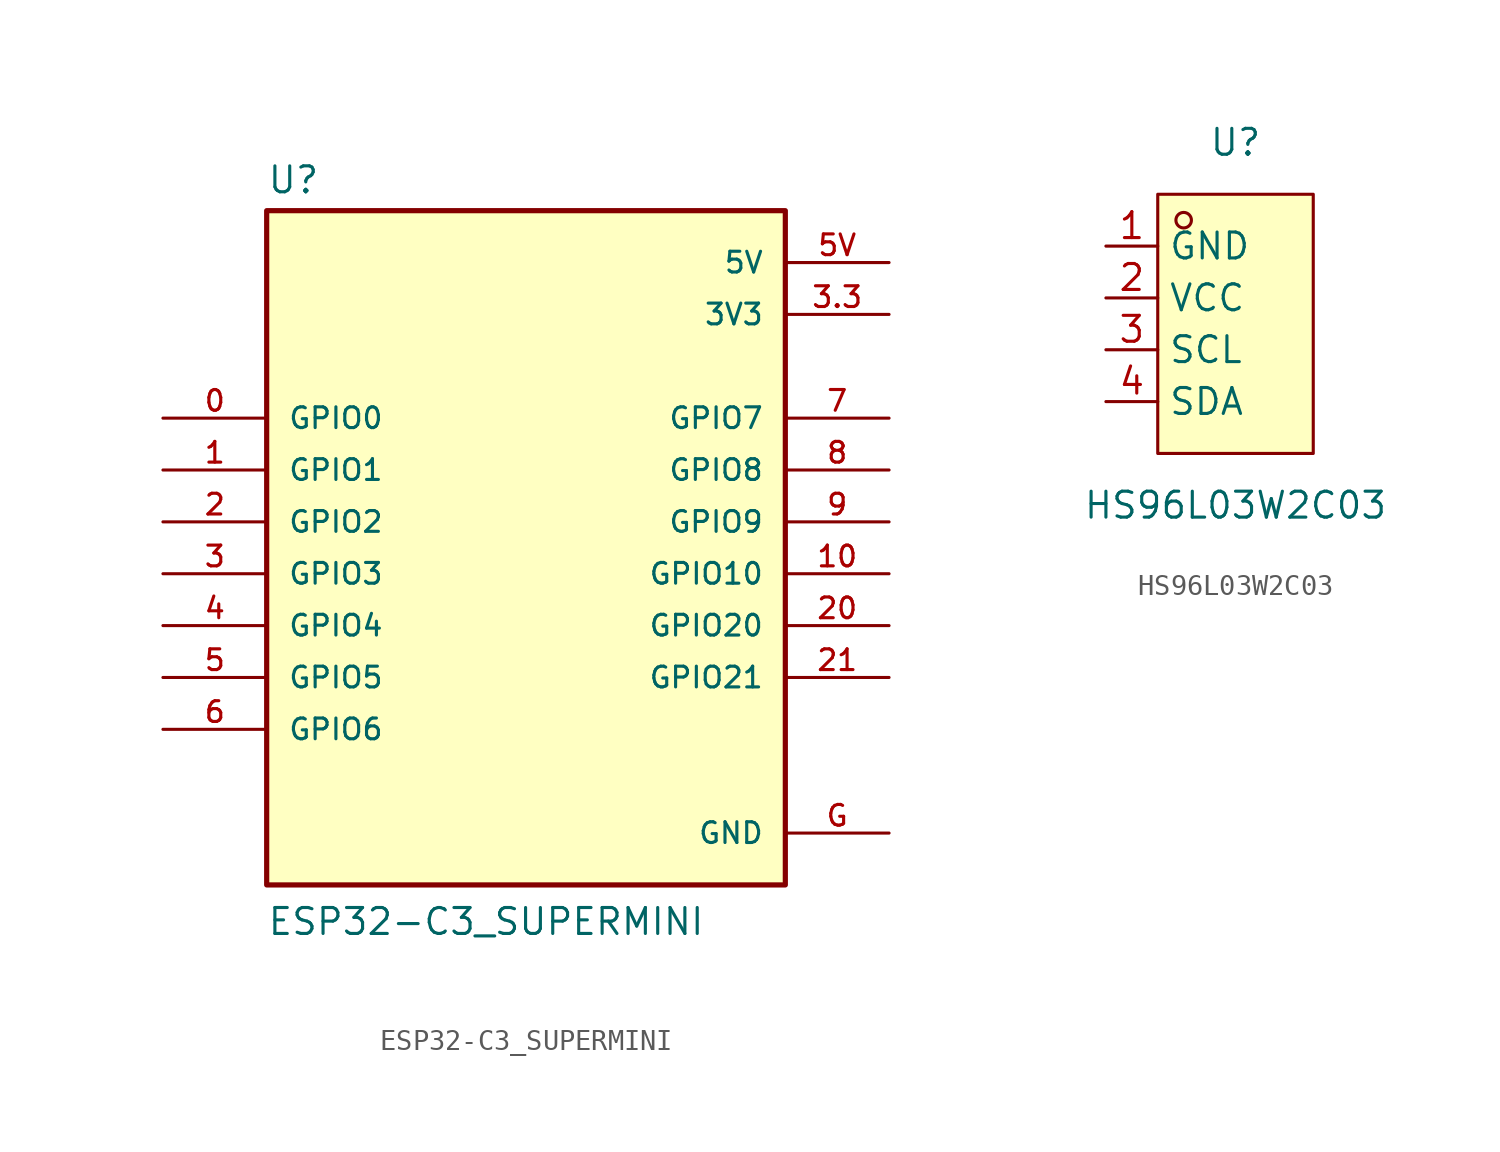
<source format=kicad_sym>
(kicad_symbol_lib
  (version 20241209)
  (generator "kicad_symbol_editor")
  (generator_version "9.0")
  (symbol "ESP32-C3_SUPERMINI"
    (pin_names
      (offset 1.016))
    (property "Reference" "U"
      (at -12.7 16.002 0)
      (effects (font (size 1.27 1.27)) (justify left bottom)))
    (property "Value" "ESP32-C3_SUPERMINI"
      (at -12.7 -20.32 0)
      (effects (font (size 1.27 1.27)) (justify left bottom)))
    (symbol "ESP32-C3_SUPERMINI_0_0"
      (rectangle (start -12.7 -17.78) (end 12.7 15.24) (stroke (width 0.254) (type default)) (fill (type background)))
      (pin bidirectional line (at -17.78 5.08 0) (length 5.08) (name "GPIO0" (effects (font (size 1.016 1.016)))) (number "0" (effects (font (size 1.016 1.016)))))
      (pin bidirectional line (at -17.78 2.54 0) (length 5.08) (name "GPIO1" (effects (font (size 1.016 1.016)))) (number "1" (effects (font (size 1.016 1.016)))))
      (pin bidirectional line (at -17.78 0 0) (length 5.08) (name "GPIO2" (effects (font (size 1.016 1.016)))) (number "2" (effects (font (size 1.016 1.016)))))
      (pin bidirectional line (at -17.78 -2.54 0) (length 5.08) (name "GPIO3" (effects (font (size 1.016 1.016)))) (number "3" (effects (font (size 1.016 1.016)))))
      (pin bidirectional line (at -17.78 -5.08 0) (length 5.08) (name "GPIO4" (effects (font (size 1.016 1.016)))) (number "4" (effects (font (size 1.016 1.016)))))
      (pin bidirectional line (at -17.78 -7.62 0) (length 5.08) (name "GPIO5" (effects (font (size 1.016 1.016)))) (number "5" (effects (font (size 1.016 1.016)))))
      (pin bidirectional line (at -17.78 -10.16 0) (length 5.08) (name "GPIO6" (effects (font (size 1.016 1.016)))) (number "6" (effects (font (size 1.016 1.016)))))
      (pin power_in line (at 17.78 12.7 180) (length 5.08) (name "5V" (effects (font (size 1.016 1.016)))) (number "5V" (effects (font (size 1.016 1.016)))))
      (pin power_in line (at 17.78 10.16 180) (length 5.08) (name "3V3" (effects (font (size 1.016 1.016)))) (number "3.3" (effects (font (size 1.016 1.016)))))
      (pin bidirectional line (at 17.78 5.08 180) (length 5.08) (name "GPIO7" (effects (font (size 1.016 1.016)))) (number "7" (effects (font (size 1.016 1.016)))))
      (pin bidirectional line (at 17.78 2.54 180) (length 5.08) (name "GPIO8" (effects (font (size 1.016 1.016)))) (number "8" (effects (font (size 1.016 1.016)))))
      (pin bidirectional line (at 17.78 0 180) (length 5.08) (name "GPIO9" (effects (font (size 1.016 1.016)))) (number "9" (effects (font (size 1.016 1.016)))))
      (pin bidirectional line (at 17.78 -2.54 180) (length 5.08) (name "GPIO10" (effects (font (size 1.016 1.016)))) (number "10" (effects (font (size 1.016 1.016)))))
      (pin bidirectional line (at 17.78 -5.08 180) (length 5.08) (name "GPIO20" (effects (font (size 1.016 1.016)))) (number "20" (effects (font (size 1.016 1.016)))))
      (pin bidirectional line (at 17.78 -7.62 180) (length 5.08) (name "GPIO21" (effects (font (size 1.016 1.016)))) (number "21" (effects (font (size 1.016 1.016)))))
      (pin power_in line (at 17.78 -15.24 180) (length 5.08) (name "GND" (effects (font (size 1.016 1.016)))) (number "G" (effects (font (size 1.016 1.016)))))))
  (symbol "HS96L03W2C03"
    (property "Reference" "U"
      (at 0 8.89 0)
      (effects (font (size 1.27 1.27))))
    (property "Value" "HS96L03W2C03"
      (at 0 -8.89 0)
      (effects (font (size 1.27 1.27))))
    (symbol "HS96L03W2C03_0_1"
      (rectangle (start -3.81 6.35) (end 3.81 -6.35) (stroke (width 0) (type default)) (fill (type background)))
      (circle (center -2.54 5.08) (radius 0.38) (stroke (width 0) (type default)) (fill (type none)))
      (pin unspecified line (at -6.35 3.81 0) (length 2.54) (name "GND" (effects (font (size 1.27 1.27)))) (number "1" (effects (font (size 1.27 1.27)))))
      (pin unspecified line (at -6.35 1.27 0) (length 2.54) (name "VCC" (effects (font (size 1.27 1.27)))) (number "2" (effects (font (size 1.27 1.27)))))
      (pin unspecified line (at -6.35 -1.27 0) (length 2.54) (name "SCL" (effects (font (size 1.27 1.27)))) (number "3" (effects (font (size 1.27 1.27)))))
      (pin unspecified line (at -6.35 -3.81 0) (length 2.54) (name "SDA" (effects (font (size 1.27 1.27)))) (number "4" (effects (font (size 1.27 1.27))))))))
</source>
